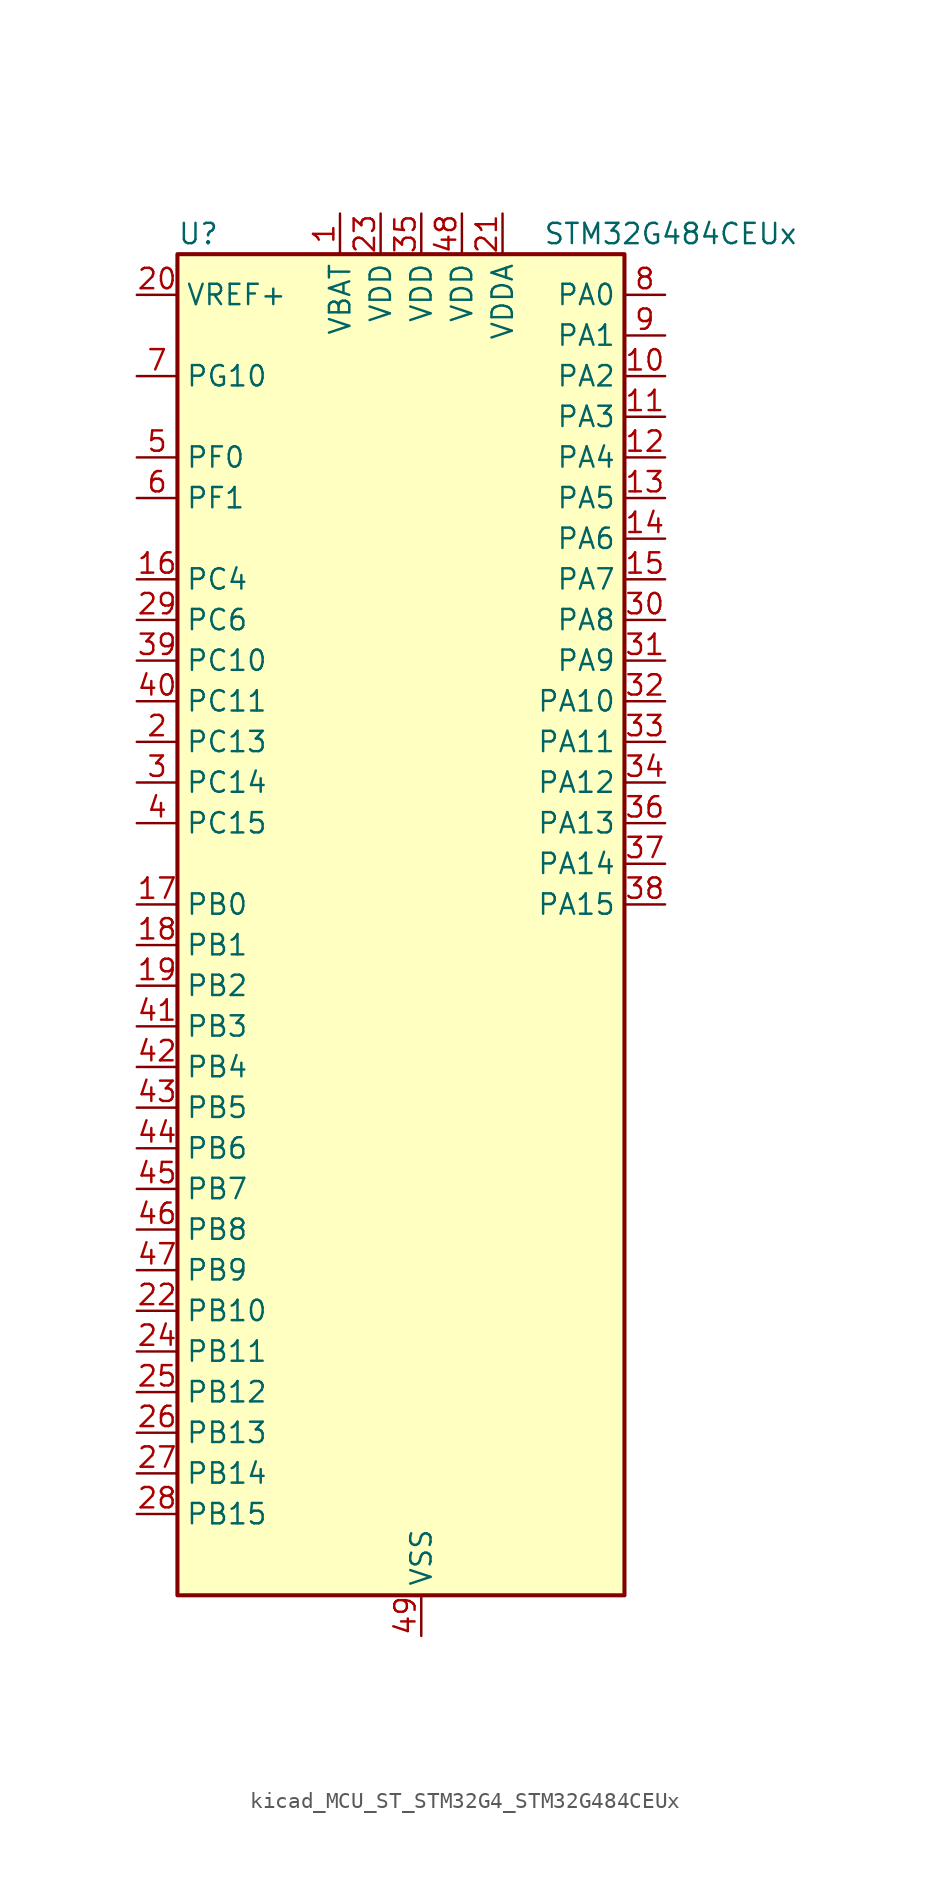
<source format=kicad_sym>
(kicad_symbol_lib
  (version 20220914)
  (generator kicad_symbol_editor)
  (symbol "kicad_MCU_ST_STM32G4_STM32G484CEUx"
    (property "Reference" "U"
      (at -12.7 44.45 0)
      (effects (font (size 1.27 1.27)) (justify left)))
    (property "Value" "STM32G484CEUx"
      (at 10.16 44.45 0)
      (effects (font (size 1.27 1.27)) (justify left)))
    (property "ki_locked" ""
      (at 0 0 0)
      (effects (font (size 1.27 1.27))))
    (symbol "kicad_MCU_ST_STM32G4_STM32G484CEUx_0_1"
      (rectangle (start -12.7 -40.64) (end 15.24 43.18) (stroke (width 0.254) (type default)) (fill (type background))))
    (symbol "kicad_MCU_ST_STM32G4_STM32G484CEUx_1_1"
      (pin power_in line (at -2.54 45.72 270) (length 2.54) (name "VBAT" (effects (font (size 1.27 1.27)))) (number "1" (effects (font (size 1.27 1.27)))))
      (pin bidirectional line (at 17.78 35.56 180) (length 2.54) (name "PA2" (effects (font (size 1.27 1.27)))) (number "10" (effects (font (size 1.27 1.27)))) (alternate "ADC1_IN3" bidirectional line) (alternate "ADC3_EXTI2" bidirectional line) (alternate "ADC4_EXTI2" bidirectional line) (alternate "ADC5_EXTI2" bidirectional line) (alternate "COMP2_INM" bidirectional line) (alternate "COMP2_OUT" bidirectional line) (alternate "LPUART1_TX" bidirectional line) (alternate "OPAMP1_VOUT" bidirectional line) (alternate "QUADSPI1_BK1_NCS" bidirectional line) (alternate "RCC_LSCO" bidirectional line) (alternate "SYS_WKUP4" bidirectional line) (alternate "TIM15_CH1" bidirectional line) (alternate "TIM2_CH3" bidirectional line) (alternate "TIM5_CH3" bidirectional line) (alternate "UCPD1_FRSTX1" bidirectional line) (alternate "UCPD1_FRSTX2" bidirectional line) (alternate "USART2_TX" bidirectional line))
      (pin bidirectional line (at 17.78 33.02 180) (length 2.54) (name "PA3" (effects (font (size 1.27 1.27)))) (number "11" (effects (font (size 1.27 1.27)))) (alternate "ADC1_IN4" bidirectional line) (alternate "ADC3_EXTI3" bidirectional line) (alternate "ADC4_EXTI3" bidirectional line) (alternate "ADC5_EXTI3" bidirectional line) (alternate "COMP2_INP" bidirectional line) (alternate "LPUART1_RX" bidirectional line) (alternate "OPAMP1_VINM" bidirectional line) (alternate "OPAMP1_VINM0" bidirectional line) (alternate "OPAMP1_VINM_SEC" bidirectional line) (alternate "OPAMP1_VINP" bidirectional line) (alternate "OPAMP1_VINP_SEC" bidirectional line) (alternate "OPAMP5_VINM" bidirectional line) (alternate "OPAMP5_VINM1" bidirectional line) (alternate "OPAMP5_VINM_SEC" bidirectional line) (alternate "QUADSPI1_CLK" bidirectional line) (alternate "SAI1_CK1" bidirectional line) (alternate "SAI1_MCLK_A" bidirectional line) (alternate "TIM15_CH2" bidirectional line) (alternate "TIM2_CH4" bidirectional line) (alternate "TIM5_CH4" bidirectional line) (alternate "USART2_RX" bidirectional line))
      (pin bidirectional line (at 17.78 30.48 180) (length 2.54) (name "PA4" (effects (font (size 1.27 1.27)))) (number "12" (effects (font (size 1.27 1.27)))) (alternate "ADC2_IN17" bidirectional line) (alternate "COMP1_INM" bidirectional line) (alternate "DAC1_OUT1" bidirectional line) (alternate "I2S3_WS" bidirectional line) (alternate "SAI1_FS_B" bidirectional line) (alternate "SPI1_NSS" bidirectional line) (alternate "SPI3_NSS" bidirectional line) (alternate "TIM3_CH2" bidirectional line) (alternate "USART2_CK" bidirectional line))
      (pin bidirectional line (at 17.78 27.94 180) (length 2.54) (name "PA5" (effects (font (size 1.27 1.27)))) (number "13" (effects (font (size 1.27 1.27)))) (alternate "ADC2_IN13" bidirectional line) (alternate "COMP2_INM" bidirectional line) (alternate "DAC1_OUT2" bidirectional line) (alternate "OPAMP2_VINM" bidirectional line) (alternate "OPAMP2_VINM0" bidirectional line) (alternate "OPAMP2_VINM_SEC" bidirectional line) (alternate "SPI1_SCK" bidirectional line) (alternate "TIM2_CH1" bidirectional line) (alternate "TIM2_ETR" bidirectional line) (alternate "UCPD1_FRSTX1" bidirectional line) (alternate "UCPD1_FRSTX2" bidirectional line))
      (pin bidirectional line (at 17.78 25.4 180) (length 2.54) (name "PA6" (effects (font (size 1.27 1.27)))) (number "14" (effects (font (size 1.27 1.27)))) (alternate "ADC2_IN3" bidirectional line) (alternate "COMP1_OUT" bidirectional line) (alternate "DAC2_OUT1" bidirectional line) (alternate "LPUART1_CTS" bidirectional line) (alternate "OPAMP2_VOUT" bidirectional line) (alternate "QUADSPI1_BK1_IO3" bidirectional line) (alternate "SPI1_MISO" bidirectional line) (alternate "TIM16_CH1" bidirectional line) (alternate "TIM1_BKIN" bidirectional line) (alternate "TIM3_CH1" bidirectional line) (alternate "TIM8_BKIN" bidirectional line))
      (pin bidirectional line (at 17.78 22.86 180) (length 2.54) (name "PA7" (effects (font (size 1.27 1.27)))) (number "15" (effects (font (size 1.27 1.27)))) (alternate "ADC2_IN4" bidirectional line) (alternate "COMP2_INP" bidirectional line) (alternate "COMP2_OUT" bidirectional line) (alternate "OPAMP1_VINP" bidirectional line) (alternate "OPAMP1_VINP_SEC" bidirectional line) (alternate "OPAMP2_VINP" bidirectional line) (alternate "OPAMP2_VINP_SEC" bidirectional line) (alternate "QUADSPI1_BK1_IO2" bidirectional line) (alternate "SPI1_MOSI" bidirectional line) (alternate "TIM17_CH1" bidirectional line) (alternate "TIM1_CH1N" bidirectional line) (alternate "TIM3_CH2" bidirectional line) (alternate "TIM8_CH1N" bidirectional line) (alternate "UCPD1_FRSTX1" bidirectional line) (alternate "UCPD1_FRSTX2" bidirectional line))
      (pin bidirectional line (at -15.24 22.86 0) (length 2.54) (name "PC4" (effects (font (size 1.27 1.27)))) (number "16" (effects (font (size 1.27 1.27)))) (alternate "ADC2_IN5" bidirectional line) (alternate "I2C2_SCL" bidirectional line) (alternate "QUADSPI1_BK2_IO3" bidirectional line) (alternate "TIM1_ETR" bidirectional line) (alternate "USART1_TX" bidirectional line))
      (pin bidirectional line (at -15.24 2.54 0) (length 2.54) (name "PB0" (effects (font (size 1.27 1.27)))) (number "17" (effects (font (size 1.27 1.27)))) (alternate "ADC1_IN15" bidirectional line) (alternate "ADC3_IN12" bidirectional line) (alternate "COMP4_INP" bidirectional line) (alternate "HRTIM1_FLT5" bidirectional line) (alternate "OPAMP2_VINP" bidirectional line) (alternate "OPAMP2_VINP_SEC" bidirectional line) (alternate "OPAMP3_VINP" bidirectional line) (alternate "OPAMP3_VINP_SEC" bidirectional line) (alternate "QUADSPI1_BK1_IO1" bidirectional line) (alternate "TIM1_CH2N" bidirectional line) (alternate "TIM3_CH3" bidirectional line) (alternate "TIM8_CH2N" bidirectional line) (alternate "UCPD1_FRSTX1" bidirectional line) (alternate "UCPD1_FRSTX2" bidirectional line))
      (pin bidirectional line (at -15.24 0 0) (length 2.54) (name "PB1" (effects (font (size 1.27 1.27)))) (number "18" (effects (font (size 1.27 1.27)))) (alternate "ADC1_IN12" bidirectional line) (alternate "ADC3_IN1" bidirectional line) (alternate "COMP1_INP" bidirectional line) (alternate "COMP4_OUT" bidirectional line) (alternate "HRTIM1_SCOUT" bidirectional line) (alternate "LPUART1_DE" bidirectional line) (alternate "LPUART1_RTS" bidirectional line) (alternate "OPAMP3_VOUT" bidirectional line) (alternate "OPAMP6_VINM" bidirectional line) (alternate "OPAMP6_VINM1" bidirectional line) (alternate "OPAMP6_VINM_SEC" bidirectional line) (alternate "QUADSPI1_BK1_IO0" bidirectional line) (alternate "TIM1_CH3N" bidirectional line) (alternate "TIM3_CH4" bidirectional line) (alternate "TIM8_CH3N" bidirectional line))
      (pin bidirectional line (at -15.24 -2.54 0) (length 2.54) (name "PB2" (effects (font (size 1.27 1.27)))) (number "19" (effects (font (size 1.27 1.27)))) (alternate "ADC2_IN12" bidirectional line) (alternate "ADC3_EXTI2" bidirectional line) (alternate "ADC4_EXTI2" bidirectional line) (alternate "ADC5_EXTI2" bidirectional line) (alternate "COMP4_INM" bidirectional line) (alternate "HRTIM1_SCIN" bidirectional line) (alternate "I2C3_SMBA" bidirectional line) (alternate "LPTIM1_OUT" bidirectional line) (alternate "OPAMP3_VINM" bidirectional line) (alternate "OPAMP3_VINM0" bidirectional line) (alternate "OPAMP3_VINM_SEC" bidirectional line) (alternate "QUADSPI1_BK2_IO1" bidirectional line) (alternate "RTC_OUT2" bidirectional line) (alternate "TIM20_CH1" bidirectional line) (alternate "TIM5_CH1" bidirectional line))
      (pin bidirectional line (at -15.24 12.7 0) (length 2.54) (name "PC13" (effects (font (size 1.27 1.27)))) (number "2" (effects (font (size 1.27 1.27)))) (alternate "RTC_OUT1" bidirectional line) (alternate "RTC_TAMP1" bidirectional line) (alternate "RTC_TS" bidirectional line) (alternate "SYS_WKUP2" bidirectional line) (alternate "TIM1_BKIN" bidirectional line) (alternate "TIM1_CH1N" bidirectional line) (alternate "TIM8_CH4N" bidirectional line))
      (pin input line (at -15.24 40.64 0) (length 2.54) (name "VREF+" (effects (font (size 1.27 1.27)))) (number "20" (effects (font (size 1.27 1.27)))) (alternate "VREFBUF_OUT" bidirectional line))
      (pin power_in line (at 7.62 45.72 270) (length 2.54) (name "VDDA" (effects (font (size 1.27 1.27)))) (number "21" (effects (font (size 1.27 1.27)))))
      (pin bidirectional line (at -15.24 -22.86 0) (length 2.54) (name "PB10" (effects (font (size 1.27 1.27)))) (number "22" (effects (font (size 1.27 1.27)))) (alternate "COMP5_INM" bidirectional line) (alternate "DAC1_EXTI10" bidirectional line) (alternate "DAC2_EXTI10" bidirectional line) (alternate "DAC3_EXTI10" bidirectional line) (alternate "DAC4_EXTI10" bidirectional line) (alternate "HRTIM1_FLT3" bidirectional line) (alternate "LPUART1_RX" bidirectional line) (alternate "OPAMP3_VINM" bidirectional line) (alternate "OPAMP3_VINM1" bidirectional line) (alternate "OPAMP3_VINM_SEC" bidirectional line) (alternate "OPAMP4_VINM" bidirectional line) (alternate "OPAMP4_VINM0" bidirectional line) (alternate "OPAMP4_VINM_SEC" bidirectional line) (alternate "QUADSPI1_CLK" bidirectional line) (alternate "SAI1_SCK_A" bidirectional line) (alternate "TIM1_BKIN" bidirectional line) (alternate "TIM2_CH3" bidirectional line) (alternate "USART3_TX" bidirectional line))
      (pin power_in line (at 0 45.72 270) (length 2.54) (name "VDD" (effects (font (size 1.27 1.27)))) (number "23" (effects (font (size 1.27 1.27)))))
      (pin bidirectional line (at -15.24 -25.4 0) (length 2.54) (name "PB11" (effects (font (size 1.27 1.27)))) (number "24" (effects (font (size 1.27 1.27)))) (alternate "ADC1_EXTI11" bidirectional line) (alternate "ADC1_IN14" bidirectional line) (alternate "ADC2_EXTI11" bidirectional line) (alternate "ADC2_IN14" bidirectional line) (alternate "COMP6_INP" bidirectional line) (alternate "HRTIM1_FLT4" bidirectional line) (alternate "LPUART1_TX" bidirectional line) (alternate "OPAMP4_VINP" bidirectional line) (alternate "OPAMP4_VINP_SEC" bidirectional line) (alternate "OPAMP6_VOUT" bidirectional line) (alternate "QUADSPI1_BK1_NCS" bidirectional line) (alternate "TIM2_CH4" bidirectional line) (alternate "USART3_RX" bidirectional line))
      (pin bidirectional line (at -15.24 -27.94 0) (length 2.54) (name "PB12" (effects (font (size 1.27 1.27)))) (number "25" (effects (font (size 1.27 1.27)))) (alternate "ADC1_IN11" bidirectional line) (alternate "ADC4_IN3" bidirectional line) (alternate "COMP7_INM" bidirectional line) (alternate "FDCAN2_RX" bidirectional line) (alternate "HRTIM1_CHC1" bidirectional line) (alternate "I2C2_SMBA" bidirectional line) (alternate "I2S2_WS" bidirectional line) (alternate "LPUART1_DE" bidirectional line) (alternate "LPUART1_RTS" bidirectional line) (alternate "OPAMP4_VOUT" bidirectional line) (alternate "OPAMP6_VINP" bidirectional line) (alternate "OPAMP6_VINP_SEC" bidirectional line) (alternate "SPI2_NSS" bidirectional line) (alternate "TIM1_BKIN" bidirectional line) (alternate "TIM5_ETR" bidirectional line) (alternate "USART3_CK" bidirectional line))
      (pin bidirectional line (at -15.24 -30.48 0) (length 2.54) (name "PB13" (effects (font (size 1.27 1.27)))) (number "26" (effects (font (size 1.27 1.27)))) (alternate "ADC3_IN5" bidirectional line) (alternate "COMP5_INP" bidirectional line) (alternate "FDCAN2_TX" bidirectional line) (alternate "HRTIM1_CHC2" bidirectional line) (alternate "I2S2_CK" bidirectional line) (alternate "LPUART1_CTS" bidirectional line) (alternate "OPAMP3_VINP" bidirectional line) (alternate "OPAMP3_VINP_SEC" bidirectional line) (alternate "OPAMP4_VINP" bidirectional line) (alternate "OPAMP4_VINP_SEC" bidirectional line) (alternate "OPAMP6_VINP" bidirectional line) (alternate "OPAMP6_VINP_SEC" bidirectional line) (alternate "SPI2_SCK" bidirectional line) (alternate "TIM1_CH1N" bidirectional line) (alternate "USART3_CTS" bidirectional line) (alternate "USART3_NSS" bidirectional line))
      (pin bidirectional line (at -15.24 -33.02 0) (length 2.54) (name "PB14" (effects (font (size 1.27 1.27)))) (number "27" (effects (font (size 1.27 1.27)))) (alternate "ADC1_IN5" bidirectional line) (alternate "ADC4_IN4" bidirectional line) (alternate "COMP4_OUT" bidirectional line) (alternate "COMP7_INP" bidirectional line) (alternate "HRTIM1_CHD1" bidirectional line) (alternate "OPAMP2_VINP" bidirectional line) (alternate "OPAMP2_VINP_SEC" bidirectional line) (alternate "OPAMP5_VINP" bidirectional line) (alternate "OPAMP5_VINP_SEC" bidirectional line) (alternate "SPI2_MISO" bidirectional line) (alternate "TIM15_CH1" bidirectional line) (alternate "TIM1_CH2N" bidirectional line) (alternate "USART3_DE" bidirectional line) (alternate "USART3_RTS" bidirectional line))
      (pin bidirectional line (at -15.24 -35.56 0) (length 2.54) (name "PB15" (effects (font (size 1.27 1.27)))) (number "28" (effects (font (size 1.27 1.27)))) (alternate "ADC1_EXTI15" bidirectional line) (alternate "ADC2_EXTI15" bidirectional line) (alternate "ADC2_IN15" bidirectional line) (alternate "ADC4_IN5" bidirectional line) (alternate "COMP3_OUT" bidirectional line) (alternate "COMP6_INM" bidirectional line) (alternate "HRTIM1_CHD2" bidirectional line) (alternate "I2S2_SD" bidirectional line) (alternate "OPAMP5_VINM" bidirectional line) (alternate "OPAMP5_VINM0" bidirectional line) (alternate "OPAMP5_VINM_SEC" bidirectional line) (alternate "RTC_REFIN" bidirectional line) (alternate "SPI2_MOSI" bidirectional line) (alternate "TIM15_CH1N" bidirectional line) (alternate "TIM15_CH2" bidirectional line) (alternate "TIM1_CH3N" bidirectional line))
      (pin bidirectional line (at -15.24 20.32 0) (length 2.54) (name "PC6" (effects (font (size 1.27 1.27)))) (number "29" (effects (font (size 1.27 1.27)))) (alternate "COMP6_OUT" bidirectional line) (alternate "HRTIM1_CHF1" bidirectional line) (alternate "HRTIM1_EEV10" bidirectional line) (alternate "I2C4_SCL" bidirectional line) (alternate "I2S2_MCK" bidirectional line) (alternate "TIM3_CH1" bidirectional line) (alternate "TIM8_CH1" bidirectional line))
      (pin bidirectional line (at -15.24 10.16 0) (length 2.54) (name "PC14" (effects (font (size 1.27 1.27)))) (number "3" (effects (font (size 1.27 1.27)))) (alternate "RCC_OSC32_IN" bidirectional line))
      (pin bidirectional line (at 17.78 20.32 180) (length 2.54) (name "PA8" (effects (font (size 1.27 1.27)))) (number "30" (effects (font (size 1.27 1.27)))) (alternate "ADC5_IN1" bidirectional line) (alternate "COMP7_OUT" bidirectional line) (alternate "FDCAN3_RX" bidirectional line) (alternate "HRTIM1_CHA1" bidirectional line) (alternate "I2C2_SDA" bidirectional line) (alternate "I2C3_SCL" bidirectional line) (alternate "I2S2_MCK" bidirectional line) (alternate "OPAMP5_VOUT" bidirectional line) (alternate "RCC_MCO" bidirectional line) (alternate "SAI1_CK2" bidirectional line) (alternate "SAI1_SCK_A" bidirectional line) (alternate "TIM1_CH1" bidirectional line) (alternate "TIM4_ETR" bidirectional line) (alternate "USART1_CK" bidirectional line))
      (pin bidirectional line (at 17.78 17.78 180) (length 2.54) (name "PA9" (effects (font (size 1.27 1.27)))) (number "31" (effects (font (size 1.27 1.27)))) (alternate "ADC5_IN2" bidirectional line) (alternate "COMP5_OUT" bidirectional line) (alternate "DAC1_EXTI9" bidirectional line) (alternate "DAC2_EXTI9" bidirectional line) (alternate "DAC3_EXTI9" bidirectional line) (alternate "DAC4_EXTI9" bidirectional line) (alternate "HRTIM1_CHA2" bidirectional line) (alternate "I2C2_SCL" bidirectional line) (alternate "I2C3_SMBA" bidirectional line) (alternate "I2S3_MCK" bidirectional line) (alternate "SAI1_FS_A" bidirectional line) (alternate "TIM15_BKIN" bidirectional line) (alternate "TIM1_CH2" bidirectional line) (alternate "TIM2_CH3" bidirectional line) (alternate "UCPD1_DBCC1" bidirectional line) (alternate "USART1_TX" bidirectional line))
      (pin bidirectional line (at 17.78 15.24 180) (length 2.54) (name "PA10" (effects (font (size 1.27 1.27)))) (number "32" (effects (font (size 1.27 1.27)))) (alternate "COMP6_OUT" bidirectional line) (alternate "CRS_SYNC" bidirectional line) (alternate "DAC1_EXTI10" bidirectional line) (alternate "DAC2_EXTI10" bidirectional line) (alternate "DAC3_EXTI10" bidirectional line) (alternate "DAC4_EXTI10" bidirectional line) (alternate "HRTIM1_CHB1" bidirectional line) (alternate "I2C2_SMBA" bidirectional line) (alternate "SAI1_D1" bidirectional line) (alternate "SAI1_SD_A" bidirectional line) (alternate "SPI2_MISO" bidirectional line) (alternate "TIM17_BKIN" bidirectional line) (alternate "TIM1_CH3" bidirectional line) (alternate "TIM2_CH4" bidirectional line) (alternate "TIM8_BKIN" bidirectional line) (alternate "UCPD1_DBCC2" bidirectional line) (alternate "USART1_RX" bidirectional line))
      (pin bidirectional line (at 17.78 12.7 180) (length 2.54) (name "PA11" (effects (font (size 1.27 1.27)))) (number "33" (effects (font (size 1.27 1.27)))) (alternate "ADC1_EXTI11" bidirectional line) (alternate "ADC2_EXTI11" bidirectional line) (alternate "COMP1_OUT" bidirectional line) (alternate "FDCAN1_RX" bidirectional line) (alternate "HRTIM1_CHB2" bidirectional line) (alternate "I2S2_SD" bidirectional line) (alternate "SPI2_MOSI" bidirectional line) (alternate "TIM1_BKIN2" bidirectional line) (alternate "TIM1_CH1N" bidirectional line) (alternate "TIM1_CH4" bidirectional line) (alternate "TIM4_CH1" bidirectional line) (alternate "USART1_CTS" bidirectional line) (alternate "USART1_NSS" bidirectional line) (alternate "USB_DM" bidirectional line))
      (pin bidirectional line (at 17.78 10.16 180) (length 2.54) (name "PA12" (effects (font (size 1.27 1.27)))) (number "34" (effects (font (size 1.27 1.27)))) (alternate "COMP2_OUT" bidirectional line) (alternate "FDCAN1_TX" bidirectional line) (alternate "HRTIM1_FLT1" bidirectional line) (alternate "I2S_CKIN" bidirectional line) (alternate "TIM16_CH1" bidirectional line) (alternate "TIM1_CH2N" bidirectional line) (alternate "TIM1_ETR" bidirectional line) (alternate "TIM4_CH2" bidirectional line) (alternate "USART1_DE" bidirectional line) (alternate "USART1_RTS" bidirectional line) (alternate "USB_DP" bidirectional line))
      (pin power_in line (at 2.54 45.72 270) (length 2.54) (name "VDD" (effects (font (size 1.27 1.27)))) (number "35" (effects (font (size 1.27 1.27)))))
      (pin bidirectional line (at 17.78 7.62 180) (length 2.54) (name "PA13" (effects (font (size 1.27 1.27)))) (number "36" (effects (font (size 1.27 1.27)))) (alternate "I2C1_SCL" bidirectional line) (alternate "I2C4_SCL" bidirectional line) (alternate "IR_OUT" bidirectional line) (alternate "SAI1_SD_B" bidirectional line) (alternate "SYS_JTMS-SWDIO" bidirectional line) (alternate "TIM16_CH1N" bidirectional line) (alternate "TIM4_CH3" bidirectional line) (alternate "USART3_CTS" bidirectional line) (alternate "USART3_NSS" bidirectional line))
      (pin bidirectional line (at 17.78 5.08 180) (length 2.54) (name "PA14" (effects (font (size 1.27 1.27)))) (number "37" (effects (font (size 1.27 1.27)))) (alternate "I2C1_SDA" bidirectional line) (alternate "I2C4_SMBA" bidirectional line) (alternate "LPTIM1_OUT" bidirectional line) (alternate "SAI1_FS_B" bidirectional line) (alternate "SYS_JTCK-SWCLK" bidirectional line) (alternate "TIM1_BKIN" bidirectional line) (alternate "TIM8_CH2" bidirectional line) (alternate "USART2_TX" bidirectional line))
      (pin bidirectional line (at 17.78 2.54 180) (length 2.54) (name "PA15" (effects (font (size 1.27 1.27)))) (number "38" (effects (font (size 1.27 1.27)))) (alternate "ADC1_EXTI15" bidirectional line) (alternate "ADC2_EXTI15" bidirectional line) (alternate "FDCAN3_TX" bidirectional line) (alternate "HRTIM1_FLT2" bidirectional line) (alternate "I2C1_SCL" bidirectional line) (alternate "I2S3_WS" bidirectional line) (alternate "SPI1_NSS" bidirectional line) (alternate "SPI3_NSS" bidirectional line) (alternate "SYS_JTDI" bidirectional line) (alternate "TIM1_BKIN" bidirectional line) (alternate "TIM2_CH1" bidirectional line) (alternate "TIM2_ETR" bidirectional line) (alternate "TIM8_CH1" bidirectional line) (alternate "UART4_DE" bidirectional line) (alternate "UART4_RTS" bidirectional line) (alternate "USART2_RX" bidirectional line))
      (pin bidirectional line (at -15.24 17.78 0) (length 2.54) (name "PC10" (effects (font (size 1.27 1.27)))) (number "39" (effects (font (size 1.27 1.27)))) (alternate "DAC1_EXTI10" bidirectional line) (alternate "DAC2_EXTI10" bidirectional line) (alternate "DAC3_EXTI10" bidirectional line) (alternate "DAC4_EXTI10" bidirectional line) (alternate "HRTIM1_FLT6" bidirectional line) (alternate "I2S3_CK" bidirectional line) (alternate "SPI3_SCK" bidirectional line) (alternate "TIM8_CH1N" bidirectional line) (alternate "UART4_TX" bidirectional line) (alternate "USART3_TX" bidirectional line))
      (pin bidirectional line (at -15.24 7.62 0) (length 2.54) (name "PC15" (effects (font (size 1.27 1.27)))) (number "4" (effects (font (size 1.27 1.27)))) (alternate "ADC1_EXTI15" bidirectional line) (alternate "ADC2_EXTI15" bidirectional line) (alternate "RCC_OSC32_OUT" bidirectional line))
      (pin bidirectional line (at -15.24 15.24 0) (length 2.54) (name "PC11" (effects (font (size 1.27 1.27)))) (number "40" (effects (font (size 1.27 1.27)))) (alternate "ADC1_EXTI11" bidirectional line) (alternate "ADC2_EXTI11" bidirectional line) (alternate "HRTIM1_EEV2" bidirectional line) (alternate "I2C3_SDA" bidirectional line) (alternate "SPI3_MISO" bidirectional line) (alternate "TIM8_CH2N" bidirectional line) (alternate "UART4_RX" bidirectional line) (alternate "USART3_RX" bidirectional line))
      (pin bidirectional line (at -15.24 -5.08 0) (length 2.54) (name "PB3" (effects (font (size 1.27 1.27)))) (number "41" (effects (font (size 1.27 1.27)))) (alternate "ADC3_EXTI3" bidirectional line) (alternate "ADC4_EXTI3" bidirectional line) (alternate "ADC5_EXTI3" bidirectional line) (alternate "CRS_SYNC" bidirectional line) (alternate "FDCAN3_RX" bidirectional line) (alternate "HRTIM1_EEV9" bidirectional line) (alternate "HRTIM1_SCOUT" bidirectional line) (alternate "I2S3_CK" bidirectional line) (alternate "SAI1_SCK_B" bidirectional line) (alternate "SPI1_SCK" bidirectional line) (alternate "SPI3_SCK" bidirectional line) (alternate "SYS_JTDO-SWO" bidirectional line) (alternate "TIM2_CH2" bidirectional line) (alternate "TIM3_ETR" bidirectional line) (alternate "TIM4_ETR" bidirectional line) (alternate "TIM8_CH1N" bidirectional line) (alternate "USART2_TX" bidirectional line))
      (pin bidirectional line (at -15.24 -7.62 0) (length 2.54) (name "PB4" (effects (font (size 1.27 1.27)))) (number "42" (effects (font (size 1.27 1.27)))) (alternate "FDCAN3_TX" bidirectional line) (alternate "HRTIM1_EEV7" bidirectional line) (alternate "SAI1_MCLK_B" bidirectional line) (alternate "SPI1_MISO" bidirectional line) (alternate "SPI3_MISO" bidirectional line) (alternate "SYS_JTRST" bidirectional line) (alternate "TIM16_CH1" bidirectional line) (alternate "TIM17_BKIN" bidirectional line) (alternate "TIM3_CH1" bidirectional line) (alternate "TIM8_CH2N" bidirectional line) (alternate "UCPD1_CC2" bidirectional line) (alternate "USART2_RX" bidirectional line))
      (pin bidirectional line (at -15.24 -10.16 0) (length 2.54) (name "PB5" (effects (font (size 1.27 1.27)))) (number "43" (effects (font (size 1.27 1.27)))) (alternate "FDCAN2_RX" bidirectional line) (alternate "HRTIM1_EEV6" bidirectional line) (alternate "I2C1_SMBA" bidirectional line) (alternate "I2C3_SDA" bidirectional line) (alternate "I2S3_SD" bidirectional line) (alternate "LPTIM1_IN1" bidirectional line) (alternate "SAI1_SD_B" bidirectional line) (alternate "SPI1_MOSI" bidirectional line) (alternate "SPI3_MOSI" bidirectional line) (alternate "TIM16_BKIN" bidirectional line) (alternate "TIM17_CH1" bidirectional line) (alternate "TIM3_CH2" bidirectional line) (alternate "TIM8_CH3N" bidirectional line) (alternate "USART2_CK" bidirectional line))
      (pin bidirectional line (at -15.24 -12.7 0) (length 2.54) (name "PB6" (effects (font (size 1.27 1.27)))) (number "44" (effects (font (size 1.27 1.27)))) (alternate "COMP4_OUT" bidirectional line) (alternate "FDCAN2_TX" bidirectional line) (alternate "HRTIM1_EEV4" bidirectional line) (alternate "HRTIM1_SCIN" bidirectional line) (alternate "LPTIM1_ETR" bidirectional line) (alternate "SAI1_FS_B" bidirectional line) (alternate "TIM16_CH1N" bidirectional line) (alternate "TIM4_CH1" bidirectional line) (alternate "TIM8_BKIN2" bidirectional line) (alternate "TIM8_CH1" bidirectional line) (alternate "TIM8_ETR" bidirectional line) (alternate "UCPD1_CC1" bidirectional line) (alternate "USART1_TX" bidirectional line))
      (pin bidirectional line (at -15.24 -15.24 0) (length 2.54) (name "PB7" (effects (font (size 1.27 1.27)))) (number "45" (effects (font (size 1.27 1.27)))) (alternate "COMP3_OUT" bidirectional line) (alternate "HRTIM1_EEV3" bidirectional line) (alternate "I2C1_SDA" bidirectional line) (alternate "I2C4_SDA" bidirectional line) (alternate "LPTIM1_IN2" bidirectional line) (alternate "SYS_PVD_IN" bidirectional line) (alternate "TIM17_CH1N" bidirectional line) (alternate "TIM3_CH4" bidirectional line) (alternate "TIM4_CH2" bidirectional line) (alternate "TIM8_BKIN" bidirectional line) (alternate "UART4_CTS" bidirectional line) (alternate "USART1_RX" bidirectional line))
      (pin bidirectional line (at -15.24 -17.78 0) (length 2.54) (name "PB8" (effects (font (size 1.27 1.27)))) (number "46" (effects (font (size 1.27 1.27)))) (alternate "COMP1_OUT" bidirectional line) (alternate "FDCAN1_RX" bidirectional line) (alternate "HRTIM1_EEV8" bidirectional line) (alternate "I2C1_SCL" bidirectional line) (alternate "SAI1_CK1" bidirectional line) (alternate "SAI1_MCLK_A" bidirectional line) (alternate "TIM16_CH1" bidirectional line) (alternate "TIM1_BKIN" bidirectional line) (alternate "TIM4_CH3" bidirectional line) (alternate "TIM8_CH2" bidirectional line) (alternate "USART3_RX" bidirectional line))
      (pin bidirectional line (at -15.24 -20.32 0) (length 2.54) (name "PB9" (effects (font (size 1.27 1.27)))) (number "47" (effects (font (size 1.27 1.27)))) (alternate "COMP2_OUT" bidirectional line) (alternate "DAC1_EXTI9" bidirectional line) (alternate "DAC2_EXTI9" bidirectional line) (alternate "DAC3_EXTI9" bidirectional line) (alternate "DAC4_EXTI9" bidirectional line) (alternate "FDCAN1_TX" bidirectional line) (alternate "HRTIM1_EEV5" bidirectional line) (alternate "I2C1_SDA" bidirectional line) (alternate "IR_OUT" bidirectional line) (alternate "SAI1_D2" bidirectional line) (alternate "SAI1_FS_A" bidirectional line) (alternate "TIM17_CH1" bidirectional line) (alternate "TIM1_CH3N" bidirectional line) (alternate "TIM4_CH4" bidirectional line) (alternate "TIM8_CH3" bidirectional line) (alternate "USART3_TX" bidirectional line))
      (pin power_in line (at 5.08 45.72 270) (length 2.54) (name "VDD" (effects (font (size 1.27 1.27)))) (number "48" (effects (font (size 1.27 1.27)))))
      (pin power_in line (at 2.54 -43.18 90) (length 2.54) (name "VSS" (effects (font (size 1.27 1.27)))) (number "49" (effects (font (size 1.27 1.27)))))
      (pin bidirectional line (at -15.24 30.48 0) (length 2.54) (name "PF0" (effects (font (size 1.27 1.27)))) (number "5" (effects (font (size 1.27 1.27)))) (alternate "ADC1_IN10" bidirectional line) (alternate "I2C2_SDA" bidirectional line) (alternate "I2S2_WS" bidirectional line) (alternate "RCC_OSC_IN" bidirectional line) (alternate "SPI2_NSS" bidirectional line) (alternate "TIM1_CH3N" bidirectional line))
      (pin bidirectional line (at -15.24 27.94 0) (length 2.54) (name "PF1" (effects (font (size 1.27 1.27)))) (number "6" (effects (font (size 1.27 1.27)))) (alternate "ADC2_IN10" bidirectional line) (alternate "COMP3_INM" bidirectional line) (alternate "I2S2_CK" bidirectional line) (alternate "RCC_OSC_OUT" bidirectional line) (alternate "SPI2_SCK" bidirectional line))
      (pin bidirectional line (at -15.24 35.56 0) (length 2.54) (name "PG10" (effects (font (size 1.27 1.27)))) (number "7" (effects (font (size 1.27 1.27)))) (alternate "DAC1_EXTI10" bidirectional line) (alternate "DAC2_EXTI10" bidirectional line) (alternate "DAC3_EXTI10" bidirectional line) (alternate "DAC4_EXTI10" bidirectional line) (alternate "RCC_MCO" bidirectional line))
      (pin bidirectional line (at 17.78 40.64 180) (length 2.54) (name "PA0" (effects (font (size 1.27 1.27)))) (number "8" (effects (font (size 1.27 1.27)))) (alternate "ADC1_IN1" bidirectional line) (alternate "ADC2_IN1" bidirectional line) (alternate "COMP1_INM" bidirectional line) (alternate "COMP1_OUT" bidirectional line) (alternate "COMP3_INP" bidirectional line) (alternate "RTC_TAMP2" bidirectional line) (alternate "SYS_WKUP1" bidirectional line) (alternate "TIM2_CH1" bidirectional line) (alternate "TIM2_ETR" bidirectional line) (alternate "TIM5_CH1" bidirectional line) (alternate "TIM8_BKIN" bidirectional line) (alternate "TIM8_ETR" bidirectional line) (alternate "USART2_CTS" bidirectional line) (alternate "USART2_NSS" bidirectional line))
      (pin bidirectional line (at 17.78 38.1 180) (length 2.54) (name "PA1" (effects (font (size 1.27 1.27)))) (number "9" (effects (font (size 1.27 1.27)))) (alternate "ADC1_IN2" bidirectional line) (alternate "ADC2_IN2" bidirectional line) (alternate "COMP1_INP" bidirectional line) (alternate "OPAMP1_VINP" bidirectional line) (alternate "OPAMP1_VINP_SEC" bidirectional line) (alternate "OPAMP3_VINP" bidirectional line) (alternate "OPAMP3_VINP_SEC" bidirectional line) (alternate "OPAMP6_VINM" bidirectional line) (alternate "OPAMP6_VINM0" bidirectional line) (alternate "OPAMP6_VINM_SEC" bidirectional line) (alternate "RTC_REFIN" bidirectional line) (alternate "TIM15_CH1N" bidirectional line) (alternate "TIM2_CH2" bidirectional line) (alternate "TIM5_CH2" bidirectional line) (alternate "USART2_DE" bidirectional line) (alternate "USART2_RTS" bidirectional line)))))
</source>
